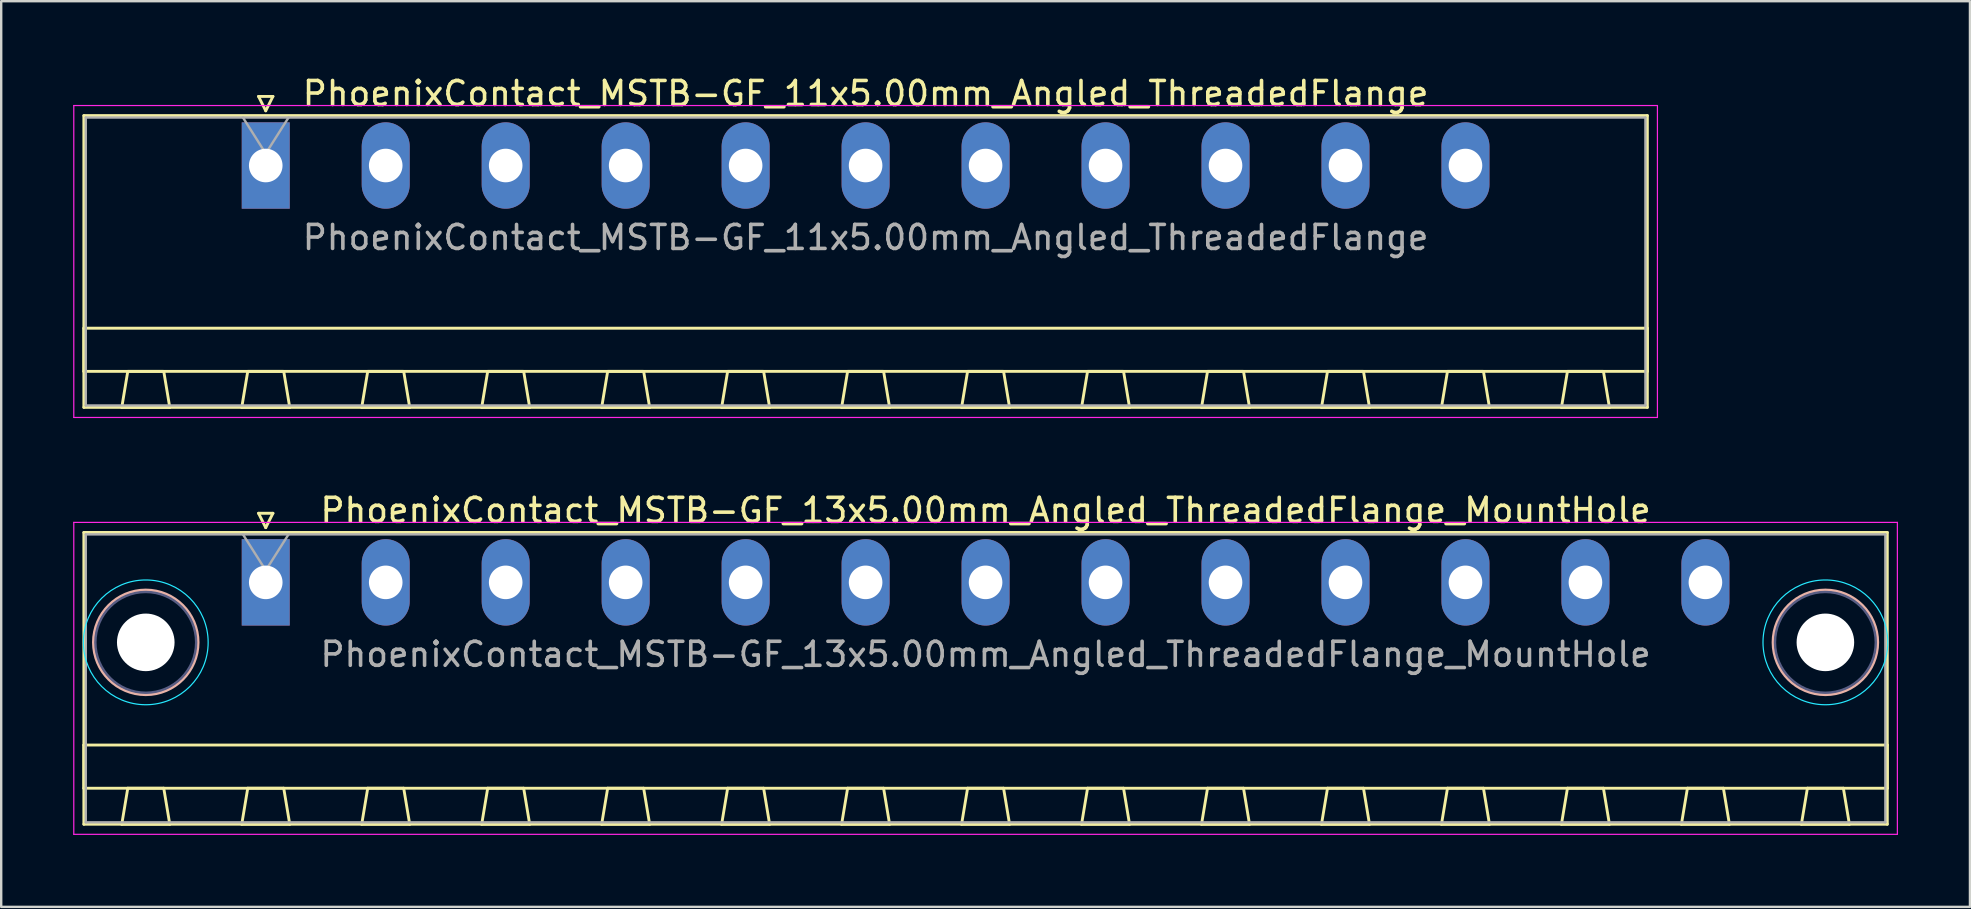
<source format=kicad_pcb>
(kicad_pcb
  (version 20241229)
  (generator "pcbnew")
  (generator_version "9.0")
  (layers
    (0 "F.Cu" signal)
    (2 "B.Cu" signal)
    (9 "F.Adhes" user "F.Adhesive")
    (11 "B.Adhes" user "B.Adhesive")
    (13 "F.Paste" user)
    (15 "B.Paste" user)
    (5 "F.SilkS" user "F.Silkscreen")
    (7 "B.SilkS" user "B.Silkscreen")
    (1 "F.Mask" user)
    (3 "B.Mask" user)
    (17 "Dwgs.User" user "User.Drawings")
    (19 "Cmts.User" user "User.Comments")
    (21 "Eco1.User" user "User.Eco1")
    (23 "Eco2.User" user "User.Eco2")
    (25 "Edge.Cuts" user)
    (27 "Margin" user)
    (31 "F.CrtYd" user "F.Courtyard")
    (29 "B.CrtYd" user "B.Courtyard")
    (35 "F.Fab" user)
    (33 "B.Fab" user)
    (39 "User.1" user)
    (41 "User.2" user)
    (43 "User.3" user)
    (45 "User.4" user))
  (footprint "PhoenixContact_MSTB-GF_13x5.00mm_Angled_ThreadedFlange_MountHole"
    (layer "F.Cu")
    (at 8.025 21.221)
    (property "Reference" "PhoenixContact_MSTB-GF_13x5.00mm_Angled_ThreadedFlange_MountHole" (at 30 -3 0) (layer "F.SilkS") (effects (font (size 1 1) (thickness 0.15))))
    (attr through_hole)
    (fp_line (start -7.58 -2.08) (end -7.58 10.08) (stroke (width 0.12) (type solid)) (layer "F.SilkS"))
    (fp_line (start -7.58 6.78) (end 67.58 6.78) (stroke (width 0.12) (type solid)) (layer "F.SilkS"))
    (fp_line (start -7.58 8.58) (end -7.58 6.78) (stroke (width 0.12) (type solid)) (layer "F.SilkS"))
    (fp_line (start -7.58 10.08) (end 67.58 10.08) (stroke (width 0.12) (type solid)) (layer "F.SilkS"))
    (fp_line (start -6 10.08) (end -4 10.08) (stroke (width 0.12) (type solid)) (layer "F.SilkS"))
    (fp_line (start -5.75 8.58) (end -6 10.08) (stroke (width 0.12) (type solid)) (layer "F.SilkS"))
    (fp_line (start -4.25 8.58) (end -5.75 8.58) (stroke (width 0.12) (type solid)) (layer "F.SilkS"))
    (fp_line (start -4 10.08) (end -4.25 8.58) (stroke (width 0.12) (type solid)) (layer "F.SilkS"))
    (fp_line (start -1 10.08) (end 1 10.08) (stroke (width 0.12) (type solid)) (layer "F.SilkS"))
    (fp_line (start -0.75 8.58) (end -1 10.08) (stroke (width 0.12) (type solid)) (layer "F.SilkS"))
    (fp_line (start -0.3 -2.88) (end 0.3 -2.88) (stroke (width 0.12) (type solid)) (layer "F.SilkS"))
    (fp_line (start 0 -2.28) (end -0.3 -2.88) (stroke (width 0.12) (type solid)) (layer "F.SilkS"))
    (fp_line (start 0.3 -2.88) (end 0 -2.28) (stroke (width 0.12) (type solid)) (layer "F.SilkS"))
    (fp_line (start 0.75 8.58) (end -0.75 8.58) (stroke (width 0.12) (type solid)) (layer "F.SilkS"))
    (fp_line (start 1 10.08) (end 0.75 8.58) (stroke (width 0.12) (type solid)) (layer "F.SilkS"))
    (fp_line (start 4 10.08) (end 6 10.08) (stroke (width 0.12) (type solid)) (layer "F.SilkS"))
    (fp_line (start 4.25 8.58) (end 4 10.08) (stroke (width 0.12) (type solid)) (layer "F.SilkS"))
    (fp_line (start 5.75 8.58) (end 4.25 8.58) (stroke (width 0.12) (type solid)) (layer "F.SilkS"))
    (fp_line (start 6 10.08) (end 5.75 8.58) (stroke (width 0.12) (type solid)) (layer "F.SilkS"))
    (fp_line (start 9 10.08) (end 11 10.08) (stroke (width 0.12) (type solid)) (layer "F.SilkS"))
    (fp_line (start 9.25 8.58) (end 9 10.08) (stroke (width 0.12) (type solid)) (layer "F.SilkS"))
    (fp_line (start 10.75 8.58) (end 9.25 8.58) (stroke (width 0.12) (type solid)) (layer "F.SilkS"))
    (fp_line (start 11 10.08) (end 10.75 8.58) (stroke (width 0.12) (type solid)) (layer "F.SilkS"))
    (fp_line (start 14 10.08) (end 16 10.08) (stroke (width 0.12) (type solid)) (layer "F.SilkS"))
    (fp_line (start 14.25 8.58) (end 14 10.08) (stroke (width 0.12) (type solid)) (layer "F.SilkS"))
    (fp_line (start 15.75 8.58) (end 14.25 8.58) (stroke (width 0.12) (type solid)) (layer "F.SilkS"))
    (fp_line (start 16 10.08) (end 15.75 8.58) (stroke (width 0.12) (type solid)) (layer "F.SilkS"))
    (fp_line (start 19 10.08) (end 21 10.08) (stroke (width 0.12) (type solid)) (layer "F.SilkS"))
    (fp_line (start 19.25 8.58) (end 19 10.08) (stroke (width 0.12) (type solid)) (layer "F.SilkS"))
    (fp_line (start 20.75 8.58) (end 19.25 8.58) (stroke (width 0.12) (type solid)) (layer "F.SilkS"))
    (fp_line (start 21 10.08) (end 20.75 8.58) (stroke (width 0.12) (type solid)) (layer "F.SilkS"))
    (fp_line (start 24 10.08) (end 26 10.08) (stroke (width 0.12) (type solid)) (layer "F.SilkS"))
    (fp_line (start 24.25 8.58) (end 24 10.08) (stroke (width 0.12) (type solid)) (layer "F.SilkS"))
    (fp_line (start 25.75 8.58) (end 24.25 8.58) (stroke (width 0.12) (type solid)) (layer "F.SilkS"))
    (fp_line (start 26 10.08) (end 25.75 8.58) (stroke (width 0.12) (type solid)) (layer "F.SilkS"))
    (fp_line (start 29 10.08) (end 31 10.08) (stroke (width 0.12) (type solid)) (layer "F.SilkS"))
    (fp_line (start 29.25 8.58) (end 29 10.08) (stroke (width 0.12) (type solid)) (layer "F.SilkS"))
    (fp_line (start 30.75 8.58) (end 29.25 8.58) (stroke (width 0.12) (type solid)) (layer "F.SilkS"))
    (fp_line (start 31 10.08) (end 30.75 8.58) (stroke (width 0.12) (type solid)) (layer "F.SilkS"))
    (fp_line (start 34 10.08) (end 36 10.08) (stroke (width 0.12) (type solid)) (layer "F.SilkS"))
    (fp_line (start 34.25 8.58) (end 34 10.08) (stroke (width 0.12) (type solid)) (layer "F.SilkS"))
    (fp_line (start 35.75 8.58) (end 34.25 8.58) (stroke (width 0.12) (type solid)) (layer "F.SilkS"))
    (fp_line (start 36 10.08) (end 35.75 8.58) (stroke (width 0.12) (type solid)) (layer "F.SilkS"))
    (fp_line (start 39 10.08) (end 41 10.08) (stroke (width 0.12) (type solid)) (layer "F.SilkS"))
    (fp_line (start 39.25 8.58) (end 39 10.08) (stroke (width 0.12) (type solid)) (layer "F.SilkS"))
    (fp_line (start 40.75 8.58) (end 39.25 8.58) (stroke (width 0.12) (type solid)) (layer "F.SilkS"))
    (fp_line (start 41 10.08) (end 40.75 8.58) (stroke (width 0.12) (type solid)) (layer "F.SilkS"))
    (fp_line (start 44 10.08) (end 46 10.08) (stroke (width 0.12) (type solid)) (layer "F.SilkS"))
    (fp_line (start 44.25 8.58) (end 44 10.08) (stroke (width 0.12) (type solid)) (layer "F.SilkS"))
    (fp_line (start 45.75 8.58) (end 44.25 8.58) (stroke (width 0.12) (type solid)) (layer "F.SilkS"))
    (fp_line (start 46 10.08) (end 45.75 8.58) (stroke (width 0.12) (type solid)) (layer "F.SilkS"))
    (fp_line (start 49 10.08) (end 51 10.08) (stroke (width 0.12) (type solid)) (layer "F.SilkS"))
    (fp_line (start 49.25 8.58) (end 49 10.08) (stroke (width 0.12) (type solid)) (layer "F.SilkS"))
    (fp_line (start 50.75 8.58) (end 49.25 8.58) (stroke (width 0.12) (type solid)) (layer "F.SilkS"))
    (fp_line (start 51 10.08) (end 50.75 8.58) (stroke (width 0.12) (type solid)) (layer "F.SilkS"))
    (fp_line (start 54 10.08) (end 56 10.08) (stroke (width 0.12) (type solid)) (layer "F.SilkS"))
    (fp_line (start 54.25 8.58) (end 54 10.08) (stroke (width 0.12) (type solid)) (layer "F.SilkS"))
    (fp_line (start 55.75 8.58) (end 54.25 8.58) (stroke (width 0.12) (type solid)) (layer "F.SilkS"))
    (fp_line (start 56 10.08) (end 55.75 8.58) (stroke (width 0.12) (type solid)) (layer "F.SilkS"))
    (fp_line (start 59 10.08) (end 61 10.08) (stroke (width 0.12) (type solid)) (layer "F.SilkS"))
    (fp_line (start 59.25 8.58) (end 59 10.08) (stroke (width 0.12) (type solid)) (layer "F.SilkS"))
    (fp_line (start 60.75 8.58) (end 59.25 8.58) (stroke (width 0.12) (type solid)) (layer "F.SilkS"))
    (fp_line (start 61 10.08) (end 60.75 8.58) (stroke (width 0.12) (type solid)) (layer "F.SilkS"))
    (fp_line (start 64 10.08) (end 66 10.08) (stroke (width 0.12) (type solid)) (layer "F.SilkS"))
    (fp_line (start 64.25 8.58) (end 64 10.08) (stroke (width 0.12) (type solid)) (layer "F.SilkS"))
    (fp_line (start 65.75 8.58) (end 64.25 8.58) (stroke (width 0.12) (type solid)) (layer "F.SilkS"))
    (fp_line (start 66 10.08) (end 65.75 8.58) (stroke (width 0.12) (type solid)) (layer "F.SilkS"))
    (fp_line (start 67.58 -2.08) (end -7.58 -2.08) (stroke (width 0.12) (type solid)) (layer "F.SilkS"))
    (fp_line (start 67.58 6.78) (end 67.58 8.58) (stroke (width 0.12) (type solid)) (layer "F.SilkS"))
    (fp_line (start 67.58 8.58) (end -7.58 8.58) (stroke (width 0.12) (type solid)) (layer "F.SilkS"))
    (fp_line (start 67.58 10.08) (end 67.58 -2.08) (stroke (width 0.12) (type solid)) (layer "F.SilkS"))
    (fp_circle (center -5 2.5) (end -2.82 2.5) (stroke (width 0.12) (type solid)) (fill no) (layer "B.SilkS"))
    (fp_circle (center 65 2.5) (end 67.18 2.5) (stroke (width 0.12) (type solid)) (fill no) (layer "B.SilkS"))
    (fp_circle (center -5 2.5) (end -2.4 2.5) (stroke (width 0.05) (type solid)) (fill no) (layer "B.CrtYd"))
    (fp_circle (center 65 2.5) (end 67.6 2.5) (stroke (width 0.05) (type solid)) (fill no) (layer "B.CrtYd"))
    (fp_line (start -8 -2.5) (end -8 10.5) (stroke (width 0.05) (type solid)) (layer "F.CrtYd"))
    (fp_line (start -8 10.5) (end 68 10.5) (stroke (width 0.05) (type solid)) (layer "F.CrtYd"))
    (fp_line (start 68 -2.5) (end -8 -2.5) (stroke (width 0.05) (type solid)) (layer "F.CrtYd"))
    (fp_line (start 68 10.5) (end 68 -2.5) (stroke (width 0.05) (type solid)) (layer "F.CrtYd"))
    (fp_circle (center -5 2.5) (end -2.9 2.5) (stroke (width 0.1) (type solid)) (fill no) (layer "B.Fab"))
    (fp_circle (center 65 2.5) (end 67.1 2.5) (stroke (width 0.1) (type solid)) (fill no) (layer "B.Fab"))
    (fp_line (start -7.5 -2) (end -7.5 10) (stroke (width 0.1) (type solid)) (layer "F.Fab"))
    (fp_line (start -7.5 10) (end 67.5 10) (stroke (width 0.1) (type solid)) (layer "F.Fab"))
    (fp_line (start 0 -0.5) (end -0.95 -2) (stroke (width 0.1) (type solid)) (layer "F.Fab"))
    (fp_line (start 0.95 -2) (end 0 -0.5) (stroke (width 0.1) (type solid)) (layer "F.Fab"))
    (fp_line (start 67.5 -2) (end -7.5 -2) (stroke (width 0.1) (type solid)) (layer "F.Fab"))
    (fp_line (start 67.5 10) (end 67.5 -2) (stroke (width 0.1) (type solid)) (layer "F.Fab"))
    (fp_text user "${REFERENCE}" (at 30 3 0) (layer "F.Fab") (effects (font (size 1 1) (thickness 0.15))))
    (pad "" np_thru_hole circle (at -5 2.5) (size 2.4 2.4) (drill 2.4) (layers "*.Cu" "*.Mask"))
    (pad "" np_thru_hole circle (at 65 2.5) (size 2.4 2.4) (drill 2.4) (layers "*.Cu" "*.Mask"))
    (pad "1" thru_hole rect (at 0 0) (size 2 3.6) (drill 1.4) (layers "*.Cu" "*.Mask"))
    (pad "2" thru_hole oval (at 5 0) (size 2 3.6) (drill 1.4) (layers "*.Cu" "*.Mask"))
    (pad "3" thru_hole oval (at 10 0) (size 2 3.6) (drill 1.4) (layers "*.Cu" "*.Mask"))
    (pad "4" thru_hole oval (at 15 0) (size 2 3.6) (drill 1.4) (layers "*.Cu" "*.Mask"))
    (pad "5" thru_hole oval (at 20 0) (size 2 3.6) (drill 1.4) (layers "*.Cu" "*.Mask"))
    (pad "6" thru_hole oval (at 25 0) (size 2 3.6) (drill 1.4) (layers "*.Cu" "*.Mask"))
    (pad "7" thru_hole oval (at 30 0) (size 2 3.6) (drill 1.4) (layers "*.Cu" "*.Mask"))
    (pad "8" thru_hole oval (at 35 0) (size 2 3.6) (drill 1.4) (layers "*.Cu" "*.Mask"))
    (pad "9" thru_hole oval (at 40 0) (size 2 3.6) (drill 1.4) (layers "*.Cu" "*.Mask"))
    (pad "10" thru_hole oval (at 45 0) (size 2 3.6) (drill 1.4) (layers "*.Cu" "*.Mask"))
    (pad "11" thru_hole oval (at 50 0) (size 2 3.6) (drill 1.4) (layers "*.Cu" "*.Mask"))
    (pad "12" thru_hole oval (at 55 0) (size 2 3.6) (drill 1.4) (layers "*.Cu" "*.Mask"))
    (pad "13" thru_hole oval (at 60 0) (size 2 3.6) (drill 1.4) (layers "*.Cu" "*.Mask")))
  (footprint "PhoenixContact_MSTB-GF_11x5.00mm_Angled_ThreadedFlange"
    (layer "F.Cu")
    (at 8.025 3.848)
    (property "Reference" "PhoenixContact_MSTB-GF_11x5.00mm_Angled_ThreadedFlange" (at 25 -3 0) (layer "F.SilkS") (effects (font (size 1 1) (thickness 0.15))))
    (attr through_hole)
    (fp_line (start -7.58 -2.08) (end -7.58 10.08) (stroke (width 0.12) (type solid)) (layer "F.SilkS"))
    (fp_line (start -7.58 6.78) (end 57.58 6.78) (stroke (width 0.12) (type solid)) (layer "F.SilkS"))
    (fp_line (start -7.58 8.58) (end -7.58 6.78) (stroke (width 0.12) (type solid)) (layer "F.SilkS"))
    (fp_line (start -7.58 10.08) (end 57.58 10.08) (stroke (width 0.12) (type solid)) (layer "F.SilkS"))
    (fp_line (start -6 10.08) (end -4 10.08) (stroke (width 0.12) (type solid)) (layer "F.SilkS"))
    (fp_line (start -5.75 8.58) (end -6 10.08) (stroke (width 0.12) (type solid)) (layer "F.SilkS"))
    (fp_line (start -4.25 8.58) (end -5.75 8.58) (stroke (width 0.12) (type solid)) (layer "F.SilkS"))
    (fp_line (start -4 10.08) (end -4.25 8.58) (stroke (width 0.12) (type solid)) (layer "F.SilkS"))
    (fp_line (start -1 10.08) (end 1 10.08) (stroke (width 0.12) (type solid)) (layer "F.SilkS"))
    (fp_line (start -0.75 8.58) (end -1 10.08) (stroke (width 0.12) (type solid)) (layer "F.SilkS"))
    (fp_line (start -0.3 -2.88) (end 0.3 -2.88) (stroke (width 0.12) (type solid)) (layer "F.SilkS"))
    (fp_line (start 0 -2.28) (end -0.3 -2.88) (stroke (width 0.12) (type solid)) (layer "F.SilkS"))
    (fp_line (start 0.3 -2.88) (end 0 -2.28) (stroke (width 0.12) (type solid)) (layer "F.SilkS"))
    (fp_line (start 0.75 8.58) (end -0.75 8.58) (stroke (width 0.12) (type solid)) (layer "F.SilkS"))
    (fp_line (start 1 10.08) (end 0.75 8.58) (stroke (width 0.12) (type solid)) (layer "F.SilkS"))
    (fp_line (start 4 10.08) (end 6 10.08) (stroke (width 0.12) (type solid)) (layer "F.SilkS"))
    (fp_line (start 4.25 8.58) (end 4 10.08) (stroke (width 0.12) (type solid)) (layer "F.SilkS"))
    (fp_line (start 5.75 8.58) (end 4.25 8.58) (stroke (width 0.12) (type solid)) (layer "F.SilkS"))
    (fp_line (start 6 10.08) (end 5.75 8.58) (stroke (width 0.12) (type solid)) (layer "F.SilkS"))
    (fp_line (start 9 10.08) (end 11 10.08) (stroke (width 0.12) (type solid)) (layer "F.SilkS"))
    (fp_line (start 9.25 8.58) (end 9 10.08) (stroke (width 0.12) (type solid)) (layer "F.SilkS"))
    (fp_line (start 10.75 8.58) (end 9.25 8.58) (stroke (width 0.12) (type solid)) (layer "F.SilkS"))
    (fp_line (start 11 10.08) (end 10.75 8.58) (stroke (width 0.12) (type solid)) (layer "F.SilkS"))
    (fp_line (start 14 10.08) (end 16 10.08) (stroke (width 0.12) (type solid)) (layer "F.SilkS"))
    (fp_line (start 14.25 8.58) (end 14 10.08) (stroke (width 0.12) (type solid)) (layer "F.SilkS"))
    (fp_line (start 15.75 8.58) (end 14.25 8.58) (stroke (width 0.12) (type solid)) (layer "F.SilkS"))
    (fp_line (start 16 10.08) (end 15.75 8.58) (stroke (width 0.12) (type solid)) (layer "F.SilkS"))
    (fp_line (start 19 10.08) (end 21 10.08) (stroke (width 0.12) (type solid)) (layer "F.SilkS"))
    (fp_line (start 19.25 8.58) (end 19 10.08) (stroke (width 0.12) (type solid)) (layer "F.SilkS"))
    (fp_line (start 20.75 8.58) (end 19.25 8.58) (stroke (width 0.12) (type solid)) (layer "F.SilkS"))
    (fp_line (start 21 10.08) (end 20.75 8.58) (stroke (width 0.12) (type solid)) (layer "F.SilkS"))
    (fp_line (start 24 10.08) (end 26 10.08) (stroke (width 0.12) (type solid)) (layer "F.SilkS"))
    (fp_line (start 24.25 8.58) (end 24 10.08) (stroke (width 0.12) (type solid)) (layer "F.SilkS"))
    (fp_line (start 25.75 8.58) (end 24.25 8.58) (stroke (width 0.12) (type solid)) (layer "F.SilkS"))
    (fp_line (start 26 10.08) (end 25.75 8.58) (stroke (width 0.12) (type solid)) (layer "F.SilkS"))
    (fp_line (start 29 10.08) (end 31 10.08) (stroke (width 0.12) (type solid)) (layer "F.SilkS"))
    (fp_line (start 29.25 8.58) (end 29 10.08) (stroke (width 0.12) (type solid)) (layer "F.SilkS"))
    (fp_line (start 30.75 8.58) (end 29.25 8.58) (stroke (width 0.12) (type solid)) (layer "F.SilkS"))
    (fp_line (start 31 10.08) (end 30.75 8.58) (stroke (width 0.12) (type solid)) (layer "F.SilkS"))
    (fp_line (start 34 10.08) (end 36 10.08) (stroke (width 0.12) (type solid)) (layer "F.SilkS"))
    (fp_line (start 34.25 8.58) (end 34 10.08) (stroke (width 0.12) (type solid)) (layer "F.SilkS"))
    (fp_line (start 35.75 8.58) (end 34.25 8.58) (stroke (width 0.12) (type solid)) (layer "F.SilkS"))
    (fp_line (start 36 10.08) (end 35.75 8.58) (stroke (width 0.12) (type solid)) (layer "F.SilkS"))
    (fp_line (start 39 10.08) (end 41 10.08) (stroke (width 0.12) (type solid)) (layer "F.SilkS"))
    (fp_line (start 39.25 8.58) (end 39 10.08) (stroke (width 0.12) (type solid)) (layer "F.SilkS"))
    (fp_line (start 40.75 8.58) (end 39.25 8.58) (stroke (width 0.12) (type solid)) (layer "F.SilkS"))
    (fp_line (start 41 10.08) (end 40.75 8.58) (stroke (width 0.12) (type solid)) (layer "F.SilkS"))
    (fp_line (start 44 10.08) (end 46 10.08) (stroke (width 0.12) (type solid)) (layer "F.SilkS"))
    (fp_line (start 44.25 8.58) (end 44 10.08) (stroke (width 0.12) (type solid)) (layer "F.SilkS"))
    (fp_line (start 45.75 8.58) (end 44.25 8.58) (stroke (width 0.12) (type solid)) (layer "F.SilkS"))
    (fp_line (start 46 10.08) (end 45.75 8.58) (stroke (width 0.12) (type solid)) (layer "F.SilkS"))
    (fp_line (start 49 10.08) (end 51 10.08) (stroke (width 0.12) (type solid)) (layer "F.SilkS"))
    (fp_line (start 49.25 8.58) (end 49 10.08) (stroke (width 0.12) (type solid)) (layer "F.SilkS"))
    (fp_line (start 50.75 8.58) (end 49.25 8.58) (stroke (width 0.12) (type solid)) (layer "F.SilkS"))
    (fp_line (start 51 10.08) (end 50.75 8.58) (stroke (width 0.12) (type solid)) (layer "F.SilkS"))
    (fp_line (start 54 10.08) (end 56 10.08) (stroke (width 0.12) (type solid)) (layer "F.SilkS"))
    (fp_line (start 54.25 8.58) (end 54 10.08) (stroke (width 0.12) (type solid)) (layer "F.SilkS"))
    (fp_line (start 55.75 8.58) (end 54.25 8.58) (stroke (width 0.12) (type solid)) (layer "F.SilkS"))
    (fp_line (start 56 10.08) (end 55.75 8.58) (stroke (width 0.12) (type solid)) (layer "F.SilkS"))
    (fp_line (start 57.58 -2.08) (end -7.58 -2.08) (stroke (width 0.12) (type solid)) (layer "F.SilkS"))
    (fp_line (start 57.58 6.78) (end 57.58 8.58) (stroke (width 0.12) (type solid)) (layer "F.SilkS"))
    (fp_line (start 57.58 8.58) (end -7.58 8.58) (stroke (width 0.12) (type solid)) (layer "F.SilkS"))
    (fp_line (start 57.58 10.08) (end 57.58 -2.08) (stroke (width 0.12) (type solid)) (layer "F.SilkS"))
    (fp_line (start -8 -2.5) (end -8 10.5) (stroke (width 0.05) (type solid)) (layer "F.CrtYd"))
    (fp_line (start -8 10.5) (end 58 10.5) (stroke (width 0.05) (type solid)) (layer "F.CrtYd"))
    (fp_line (start 58 -2.5) (end -8 -2.5) (stroke (width 0.05) (type solid)) (layer "F.CrtYd"))
    (fp_line (start 58 10.5) (end 58 -2.5) (stroke (width 0.05) (type solid)) (layer "F.CrtYd"))
    (fp_line (start -7.5 -2) (end -7.5 10) (stroke (width 0.1) (type solid)) (layer "F.Fab"))
    (fp_line (start -7.5 10) (end 57.5 10) (stroke (width 0.1) (type solid)) (layer "F.Fab"))
    (fp_line (start 0 -0.5) (end -0.95 -2) (stroke (width 0.1) (type solid)) (layer "F.Fab"))
    (fp_line (start 0.95 -2) (end 0 -0.5) (stroke (width 0.1) (type solid)) (layer "F.Fab"))
    (fp_line (start 57.5 -2) (end -7.5 -2) (stroke (width 0.1) (type solid)) (layer "F.Fab"))
    (fp_line (start 57.5 10) (end 57.5 -2) (stroke (width 0.1) (type solid)) (layer "F.Fab"))
    (fp_text user "${REFERENCE}" (at 25 3 0) (layer "F.Fab") (effects (font (size 1 1) (thickness 0.15))))
    (pad "1" thru_hole rect (at 0 0) (size 2 3.6) (drill 1.4) (layers "*.Cu" "*.Mask"))
    (pad "2" thru_hole oval (at 5 0) (size 2 3.6) (drill 1.4) (layers "*.Cu" "*.Mask"))
    (pad "3" thru_hole oval (at 10 0) (size 2 3.6) (drill 1.4) (layers "*.Cu" "*.Mask"))
    (pad "4" thru_hole oval (at 15 0) (size 2 3.6) (drill 1.4) (layers "*.Cu" "*.Mask"))
    (pad "5" thru_hole oval (at 20 0) (size 2 3.6) (drill 1.4) (layers "*.Cu" "*.Mask"))
    (pad "6" thru_hole oval (at 25 0) (size 2 3.6) (drill 1.4) (layers "*.Cu" "*.Mask"))
    (pad "7" thru_hole oval (at 30 0) (size 2 3.6) (drill 1.4) (layers "*.Cu" "*.Mask"))
    (pad "8" thru_hole oval (at 35 0) (size 2 3.6) (drill 1.4) (layers "*.Cu" "*.Mask"))
    (pad "9" thru_hole oval (at 40 0) (size 2 3.6) (drill 1.4) (layers "*.Cu" "*.Mask"))
    (pad "10" thru_hole oval (at 45 0) (size 2 3.6) (drill 1.4) (layers "*.Cu" "*.Mask"))
    (pad "11" thru_hole oval (at 50 0) (size 2 3.6) (drill 1.4) (layers "*.Cu" "*.Mask")))
  (gr_rect
    (start -3 -3)
    (end 79.05 34.746)
    (stroke (width 0.1) (type default))
    (fill no)
    (layer "Edge.Cuts")))
</source>
